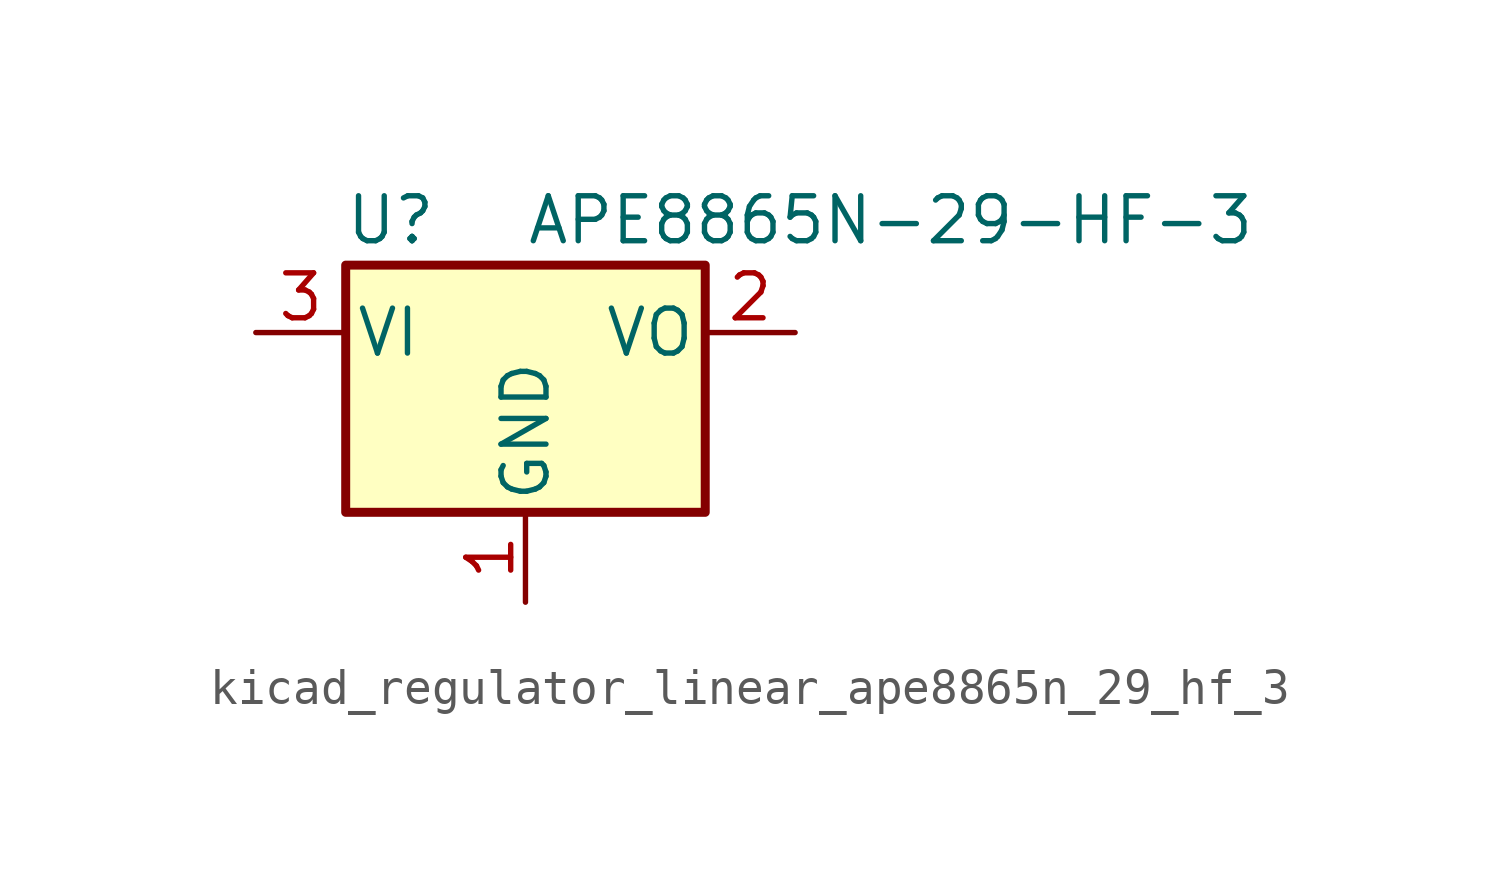
<source format=kicad_sym>
(kicad_symbol_lib
  (version 20220914)
  (generator kicad_symbol_editor)
  (symbol "kicad_regulator_linear_ape8865n_29_hf_3"
    (pin_names
      (offset 0.254))
    (property "Reference" "U"
      (at -3.81 3.175 0)
      (effects (font (size 1.27 1.27))))
    (property "Value" "APE8865N-29-HF-3"
      (at 0 3.175 0)
      (effects (font (size 1.27 1.27)) (justify left)))
    (symbol "kicad_regulator_linear_ape8865n_29_hf_3_0_1"
      (rectangle (start -5.08 1.905) (end 5.08 -5.08) (stroke (width 0.254) (type default)) (fill (type background))))
    (symbol "kicad_regulator_linear_ape8865n_29_hf_3_1_1"
      (pin power_in line (at 0 -7.62 90) (length 2.54) (name "GND" (effects (font (size 1.27 1.27)))) (number "1" (effects (font (size 1.27 1.27)))))
      (pin power_out line (at 7.62 0 180) (length 2.54) (name "VO" (effects (font (size 1.27 1.27)))) (number "2" (effects (font (size 1.27 1.27)))))
      (pin power_in line (at -7.62 0 0) (length 2.54) (name "VI" (effects (font (size 1.27 1.27)))) (number "3" (effects (font (size 1.27 1.27))))))))
</source>
